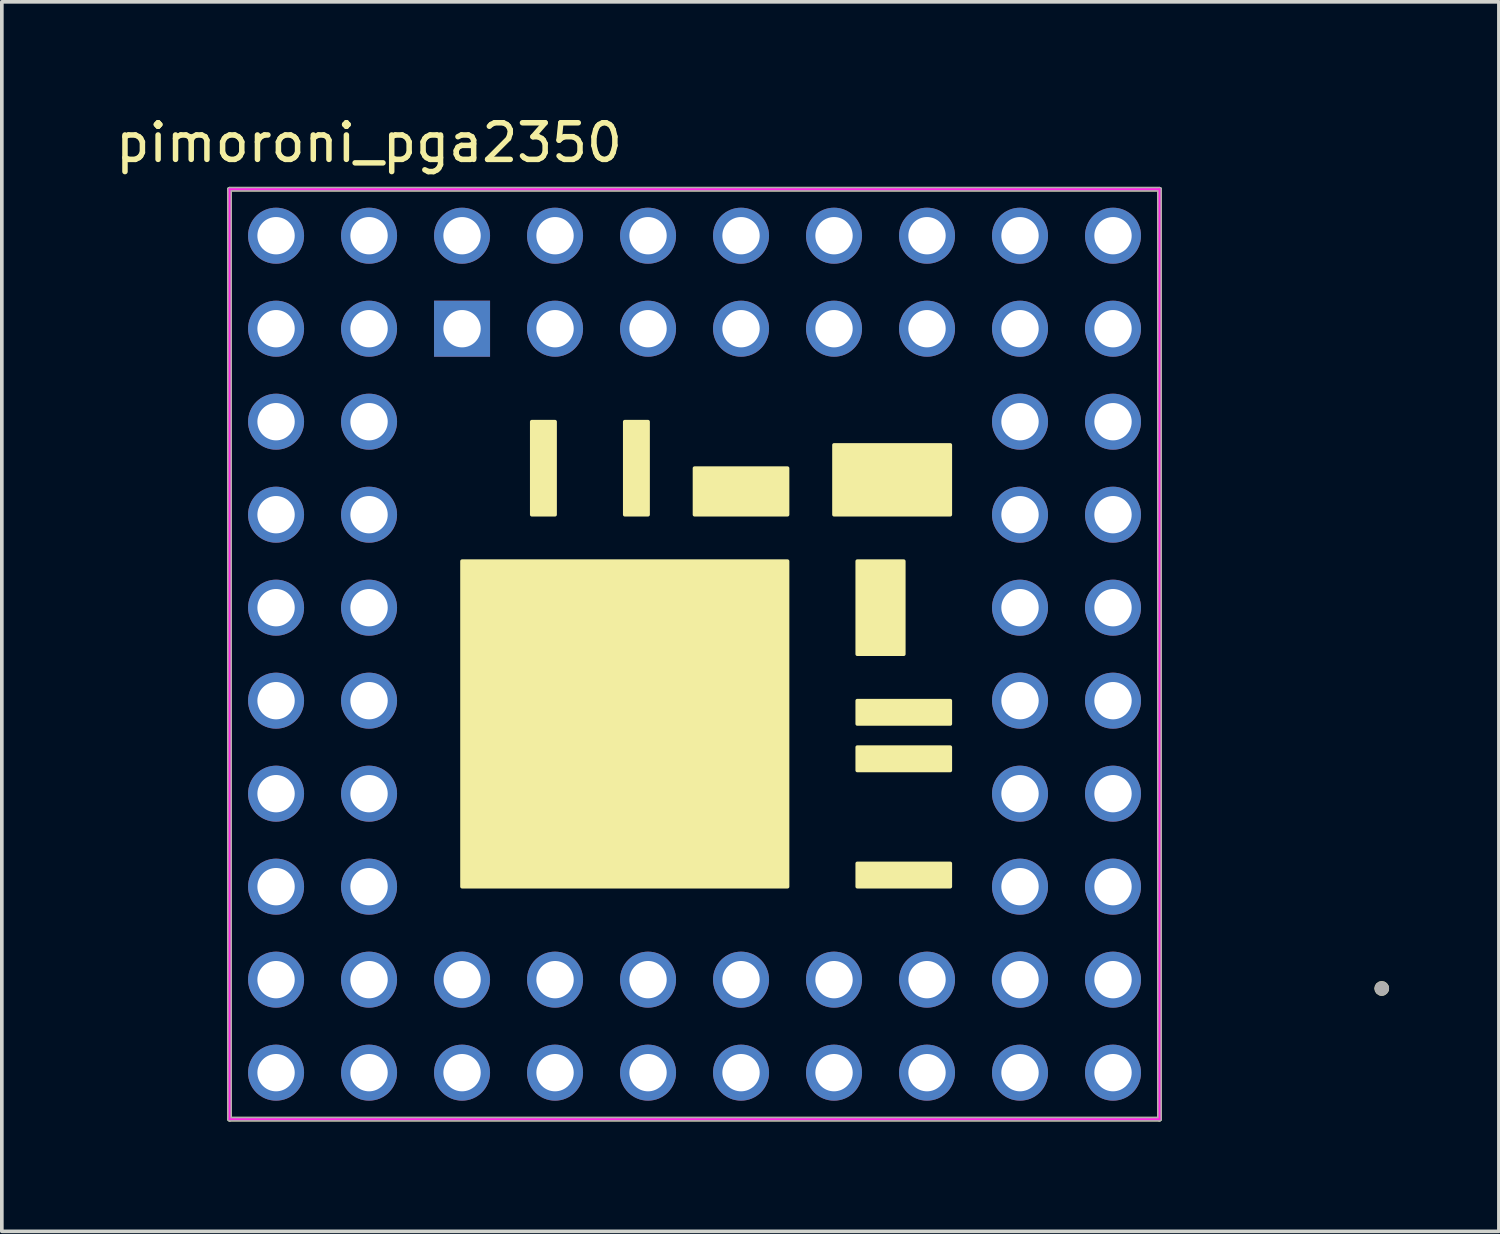
<source format=kicad_pcb>
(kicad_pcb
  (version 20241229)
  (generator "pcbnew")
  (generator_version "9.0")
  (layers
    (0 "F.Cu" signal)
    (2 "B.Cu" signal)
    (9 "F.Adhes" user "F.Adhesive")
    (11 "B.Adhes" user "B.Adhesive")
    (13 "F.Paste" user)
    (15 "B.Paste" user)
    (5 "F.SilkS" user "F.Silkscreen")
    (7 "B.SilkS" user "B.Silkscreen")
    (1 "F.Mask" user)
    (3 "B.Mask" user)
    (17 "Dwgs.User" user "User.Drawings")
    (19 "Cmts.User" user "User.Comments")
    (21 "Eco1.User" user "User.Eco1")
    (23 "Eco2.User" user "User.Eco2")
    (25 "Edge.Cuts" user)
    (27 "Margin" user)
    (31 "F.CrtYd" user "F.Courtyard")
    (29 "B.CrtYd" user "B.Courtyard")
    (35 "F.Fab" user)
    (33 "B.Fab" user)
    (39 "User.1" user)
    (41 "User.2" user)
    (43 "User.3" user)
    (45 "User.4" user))
  (footprint "pimoroni_pga2350"
    (layer "F.Cu")
    (at 15.92 14.818)
    (property "Reference" "pimoroni_pga2350" (at -8.89 -13.97 0) (layer "F.SilkS") (effects (font (size 1 1) (thickness 0.15))))
    (attr through_hole)
    (fp_line (start -12.7 -12.7) (end -12.7 12.7) (stroke (width 0.127) (type solid)) (layer "F.SilkS"))
    (fp_line (start -12.7 12.7) (end 12.7 12.7) (stroke (width 0.127) (type solid)) (layer "F.SilkS"))
    (fp_line (start 12.7 -12.7) (end -12.7 -12.7) (stroke (width 0.127) (type solid)) (layer "F.SilkS"))
    (fp_line (start 12.7 12.7) (end 12.7 -12.7) (stroke (width 0.127) (type solid)) (layer "F.SilkS"))
    (fp_rect (start -6.35 -2.54) (end 2.54 6.35) (stroke (width 0.1) (type solid)) (fill yes) (layer "F.SilkS"))
    (fp_rect (start -4.445 -6.35) (end -3.81 -3.81) (stroke (width 0.1) (type solid)) (fill yes) (layer "F.SilkS"))
    (fp_rect (start -1.905 -6.35) (end -1.27 -3.81) (stroke (width 0.1) (type solid)) (fill yes) (layer "F.SilkS"))
    (fp_rect (start 0 -5.08) (end 2.54 -3.81) (stroke (width 0.1) (type solid)) (fill yes) (layer "F.SilkS"))
    (fp_rect (start 3.81 -5.715) (end 6.985 -3.81) (stroke (width 0.1) (type solid)) (fill yes) (layer "F.SilkS"))
    (fp_rect (start 4.445 -2.54) (end 5.715 0) (stroke (width 0.1) (type solid)) (fill yes) (layer "F.SilkS"))
    (fp_rect (start 4.445 1.27) (end 6.985 1.905) (stroke (width 0.1) (type solid)) (fill yes) (layer "F.SilkS"))
    (fp_rect (start 4.445 2.54) (end 6.985 3.175) (stroke (width 0.1) (type solid)) (fill yes) (layer "F.SilkS"))
    (fp_rect (start 4.445 5.715) (end 6.985 6.35) (stroke (width 0.1) (type solid)) (fill yes) (layer "F.SilkS"))
    (fp_circle (center 18.77 9.13) (end 18.87 9.13) (stroke (width 0.2) (type solid)) (fill no) (layer "F.SilkS"))
    (fp_line (start -12.7 -12.7) (end 12.7 -12.7) (stroke (width 0.05) (type solid)) (layer "F.CrtYd"))
    (fp_line (start -12.7 12.7) (end -12.7 -12.7) (stroke (width 0.05) (type solid)) (layer "F.CrtYd"))
    (fp_line (start 12.7 -12.7) (end 12.7 12.7) (stroke (width 0.05) (type solid)) (layer "F.CrtYd"))
    (fp_line (start 12.7 12.7) (end -12.7 12.7) (stroke (width 0.05) (type solid)) (layer "F.CrtYd"))
    (fp_line (start -12.7 -12.7) (end -12.7 12.7) (stroke (width 0.127) (type solid)) (layer "F.Fab"))
    (fp_line (start -12.7 12.7) (end 12.7 12.7) (stroke (width 0.127) (type solid)) (layer "F.Fab"))
    (fp_line (start 12.7 -12.7) (end -12.7 -12.7) (stroke (width 0.127) (type solid)) (layer "F.Fab"))
    (fp_line (start 12.7 -12.7) (end 12.7 12.7) (stroke (width 0.127) (type solid)) (layer "F.Fab"))
    (fp_circle (center 18.77 9.13) (end 18.87 9.13) (stroke (width 0.2) (type solid)) (fill no) (layer "F.Fab"))
    (pad "0" thru_hole rect (at -6.35 -8.89) (size 1.53 1.53) (drill 1.02) (layers "*.Cu" "*.Mask"))
    (pad "1" thru_hole circle (at -8.89 -11.43) (size 1.53 1.53) (drill 1.02) (layers "*.Cu" "*.Mask"))
    (pad "2" thru_hole circle (at -11.43 -8.89) (size 1.53 1.53) (drill 1.02) (layers "*.Cu" "*.Mask"))
    (pad "3" thru_hole circle (at -8.89 -6.35) (size 1.53 1.53) (drill 1.02) (layers "*.Cu" "*.Mask"))
    (pad "4" thru_hole circle (at -11.43 -6.35) (size 1.53 1.53) (drill 1.02) (layers "*.Cu" "*.Mask"))
    (pad "5" thru_hole circle (at -8.89 -3.81) (size 1.53 1.53) (drill 1.02) (layers "*.Cu" "*.Mask"))
    (pad "6" thru_hole circle (at -11.43 -3.81) (size 1.53 1.53) (drill 1.02) (layers "*.Cu" "*.Mask"))
    (pad "7" thru_hole circle (at -8.89 -1.27) (size 1.53 1.53) (drill 1.02) (layers "*.Cu" "*.Mask"))
    (pad "8" thru_hole circle (at -11.43 -1.27) (size 1.53 1.53) (drill 1.02) (layers "*.Cu" "*.Mask"))
    (pad "9" thru_hole circle (at -8.89 1.27) (size 1.53 1.53) (drill 1.02) (layers "*.Cu" "*.Mask"))
    (pad "10" thru_hole circle (at -11.43 1.27) (size 1.53 1.53) (drill 1.02) (layers "*.Cu" "*.Mask"))
    (pad "11" thru_hole circle (at -8.89 3.81) (size 1.53 1.53) (drill 1.02) (layers "*.Cu" "*.Mask"))
    (pad "12" thru_hole circle (at -11.43 3.81) (size 1.53 1.53) (drill 1.02) (layers "*.Cu" "*.Mask"))
    (pad "13" thru_hole circle (at -8.89 6.35) (size 1.53 1.53) (drill 1.02) (layers "*.Cu" "*.Mask"))
    (pad "14" thru_hole circle (at -11.43 6.35) (size 1.53 1.53) (drill 1.02) (layers "*.Cu" "*.Mask"))
    (pad "15" thru_hole circle (at -8.89 8.89) (size 1.53 1.53) (drill 1.02) (layers "*.Cu" "*.Mask"))
    (pad "16" thru_hole circle (at -11.43 8.89) (size 1.53 1.53) (drill 1.02) (layers "*.Cu" "*.Mask"))
    (pad "17" thru_hole circle (at -8.89 11.43) (size 1.53 1.53) (drill 1.02) (layers "*.Cu" "*.Mask"))
    (pad "18" thru_hole circle (at -6.35 11.43) (size 1.53 1.53) (drill 1.02) (layers "*.Cu" "*.Mask"))
    (pad "19" thru_hole circle (at -6.35 8.89) (size 1.53 1.53) (drill 1.02) (layers "*.Cu" "*.Mask"))
    (pad "20" thru_hole circle (at -3.81 11.43) (size 1.53 1.53) (drill 1.02) (layers "*.Cu" "*.Mask"))
    (pad "21" thru_hole circle (at -3.81 8.89) (size 1.53 1.53) (drill 1.02) (layers "*.Cu" "*.Mask"))
    (pad "22" thru_hole circle (at -1.27 11.43) (size 1.53 1.53) (drill 1.02) (layers "*.Cu" "*.Mask"))
    (pad "23" thru_hole circle (at -1.27 8.89) (size 1.53 1.53) (drill 1.02) (layers "*.Cu" "*.Mask"))
    (pad "24" thru_hole circle (at 1.27 11.43) (size 1.53 1.53) (drill 1.02) (layers "*.Cu" "*.Mask"))
    (pad "25" thru_hole circle (at 1.27 8.89) (size 1.53 1.53) (drill 1.02) (layers "*.Cu" "*.Mask"))
    (pad "26" thru_hole circle (at 3.81 11.43) (size 1.53 1.53) (drill 1.02) (layers "*.Cu" "*.Mask"))
    (pad "27" thru_hole circle (at 3.81 8.89) (size 1.53 1.53) (drill 1.02) (layers "*.Cu" "*.Mask"))
    (pad "28" thru_hole circle (at 6.35 11.43) (size 1.53 1.53) (drill 1.02) (layers "*.Cu" "*.Mask"))
    (pad "29" thru_hole circle (at 6.35 8.89) (size 1.53 1.53) (drill 1.02) (layers "*.Cu" "*.Mask"))
    (pad "30" thru_hole circle (at 8.89 11.43) (size 1.53 1.53) (drill 1.02) (layers "*.Cu" "*.Mask"))
    (pad "31" thru_hole circle (at 8.89 8.89) (size 1.53 1.53) (drill 1.02) (layers "*.Cu" "*.Mask"))
    (pad "32" thru_hole circle (at 11.43 8.89) (size 1.53 1.53) (drill 1.02) (layers "*.Cu" "*.Mask"))
    (pad "33" thru_hole circle (at 8.89 6.35) (size 1.53 1.53) (drill 1.02) (layers "*.Cu" "*.Mask"))
    (pad "34" thru_hole circle (at 11.43 6.35) (size 1.53 1.53) (drill 1.02) (layers "*.Cu" "*.Mask"))
    (pad "35" thru_hole circle (at 8.89 3.81) (size 1.53 1.53) (drill 1.02) (layers "*.Cu" "*.Mask"))
    (pad "36" thru_hole circle (at 11.43 3.81) (size 1.53 1.53) (drill 1.02) (layers "*.Cu" "*.Mask"))
    (pad "37" thru_hole circle (at 8.89 1.27) (size 1.53 1.53) (drill 1.02) (layers "*.Cu" "*.Mask"))
    (pad "38" thru_hole circle (at 11.43 1.27) (size 1.53 1.53) (drill 1.02) (layers "*.Cu" "*.Mask"))
    (pad "39" thru_hole circle (at 8.89 -1.27) (size 1.53 1.53) (drill 1.02) (layers "*.Cu" "*.Mask"))
    (pad "40" thru_hole circle (at 11.43 -1.27) (size 1.53 1.53) (drill 1.02) (layers "*.Cu" "*.Mask"))
    (pad "41" thru_hole circle (at 8.89 -3.81) (size 1.53 1.53) (drill 1.02) (layers "*.Cu" "*.Mask"))
    (pad "42" thru_hole circle (at 11.43 -3.81) (size 1.53 1.53) (drill 1.02) (layers "*.Cu" "*.Mask"))
    (pad "43" thru_hole circle (at 8.89 -6.35) (size 1.53 1.53) (drill 1.02) (layers "*.Cu" "*.Mask"))
    (pad "44" thru_hole circle (at 11.43 -6.35) (size 1.53 1.53) (drill 1.02) (layers "*.Cu" "*.Mask"))
    (pad "45" thru_hole circle (at 11.43 -8.89) (size 1.53 1.53) (drill 1.02) (layers "*.Cu" "*.Mask"))
    (pad "46" thru_hole circle (at 8.89 -11.43) (size 1.53 1.53) (drill 1.02) (layers "*.Cu" "*.Mask"))
    (pad "47" thru_hole circle (at 6.35 -8.89) (size 1.53 1.53) (drill 1.02) (layers "*.Cu" "*.Mask"))
    (pad "48" thru_hole circle (at 6.35 -11.43) (size 1.53 1.53) (drill 1.02) (layers "*.Cu" "*.Mask"))
    (pad "49" thru_hole circle (at 3.81 -8.89) (size 1.53 1.53) (drill 1.02) (layers "*.Cu" "*.Mask"))
    (pad "50" thru_hole circle (at 3.81 -11.43) (size 1.53 1.53) (drill 1.02) (layers "*.Cu" "*.Mask"))
    (pad "51" thru_hole circle (at 1.27 -8.89) (size 1.53 1.53) (drill 1.02) (layers "*.Cu" "*.Mask"))
    (pad "52" thru_hole circle (at 1.27 -11.43) (size 1.53 1.53) (drill 1.02) (layers "*.Cu" "*.Mask"))
    (pad "53" thru_hole circle (at -1.27 -8.89) (size 1.53 1.53) (drill 1.02) (layers "*.Cu" "*.Mask"))
    (pad "54" thru_hole circle (at -1.27 -11.43) (size 1.53 1.53) (drill 1.02) (layers "*.Cu" "*.Mask"))
    (pad "55" thru_hole circle (at -3.81 -8.89) (size 1.53 1.53) (drill 1.02) (layers "*.Cu" "*.Mask"))
    (pad "56" thru_hole circle (at -3.81 -11.43) (size 1.53 1.53) (drill 1.02) (layers "*.Cu" "*.Mask"))
    (pad "57" thru_hole circle (at -6.35 -11.43) (size 1.53 1.53) (drill 1.02) (layers "*.Cu" "*.Mask"))
    (pad "58" thru_hole circle (at -11.43 -11.43) (size 1.53 1.53) (drill 1.02) (layers "*.Cu" "*.Mask"))
    (pad "59" thru_hole circle (at -8.89 -8.89) (size 1.53 1.53) (drill 1.02) (layers "*.Cu" "*.Mask"))
    (pad "60" thru_hole circle (at -11.43 11.43) (size 1.53 1.53) (drill 1.02) (layers "*.Cu" "*.Mask"))
    (pad "61" thru_hole circle (at 11.43 11.43) (size 1.53 1.53) (drill 1.02) (layers "*.Cu" "*.Mask"))
    (pad "62" thru_hole circle (at 11.43 -11.43) (size 1.53 1.53) (drill 1.02) (layers "*.Cu" "*.Mask"))
    (pad "63" thru_hole circle (at 8.89 -8.89) (size 1.53 1.53) (drill 1.02) (layers "*.Cu" "*.Mask")))
  (gr_rect
    (start -3 -3)
    (end 37.89 30.582)
    (stroke (width 0.1) (type default))
    (fill no)
    (layer "Edge.Cuts")))
</source>
